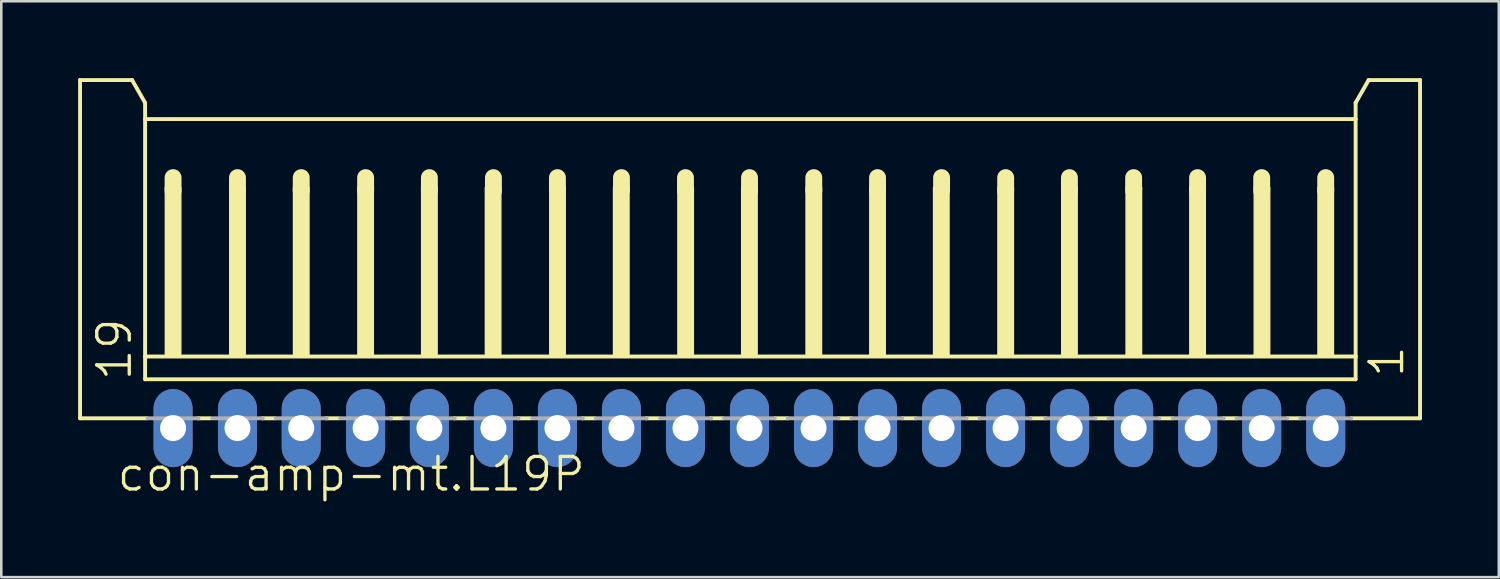
<source format=kicad_pcb>
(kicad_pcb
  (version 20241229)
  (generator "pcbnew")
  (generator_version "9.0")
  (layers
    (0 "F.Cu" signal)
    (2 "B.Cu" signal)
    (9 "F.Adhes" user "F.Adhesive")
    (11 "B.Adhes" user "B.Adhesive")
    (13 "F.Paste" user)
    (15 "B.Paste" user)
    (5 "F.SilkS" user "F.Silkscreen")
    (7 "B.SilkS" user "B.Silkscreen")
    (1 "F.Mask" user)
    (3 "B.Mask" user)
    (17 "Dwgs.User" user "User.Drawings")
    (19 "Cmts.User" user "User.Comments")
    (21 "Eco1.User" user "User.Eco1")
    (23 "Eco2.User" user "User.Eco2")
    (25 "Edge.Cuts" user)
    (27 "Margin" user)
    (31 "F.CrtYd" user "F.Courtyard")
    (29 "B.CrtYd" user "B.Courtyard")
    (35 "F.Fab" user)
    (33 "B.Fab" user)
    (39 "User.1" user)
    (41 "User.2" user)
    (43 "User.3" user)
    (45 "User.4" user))
  (footprint "con-amp-mt.L19P"
    (layer "F.Cu")
    (at 27.467 7.415)
    (property "Reference" "con-amp-mt.L19P" (at -26.019 8.79 0) (layer "F.SilkS") (effects (font (size 1.27 1.27) (thickness 0.13)) (justify left bottom)))
    (attr through_hole)
    (fp_line (start -27.391 -7.339) (end -25.359 -7.339) (stroke (width 0.152) (type default)) (layer "F.SilkS"))
    (fp_line (start -27.391 5.869) (end -27.391 -7.339) (stroke (width 0.152) (type default)) (layer "F.SilkS"))
    (fp_line (start -25.359 -7.339) (end -24.851 -6.45) (stroke (width 0.152) (type default)) (layer "F.SilkS"))
    (fp_line (start -24.851 -6.45) (end -24.851 -5.815) (stroke (width 0.152) (type default)) (layer "F.SilkS"))
    (fp_line (start -24.851 -5.815) (end -24.851 3.456) (stroke (width 0.152) (type default)) (layer "F.SilkS"))
    (fp_line (start -24.851 3.456) (end -24.851 4.345) (stroke (width 0.152) (type default)) (layer "F.SilkS"))
    (fp_line (start -24.775 5.869) (end -27.391 5.869) (stroke (width 0.152) (type default)) (layer "F.SilkS"))
    (fp_line (start -23.759 -3.529) (end -23.759 -3.021) (stroke (width 0.66) (type default)) (layer "F.SilkS"))
    (fp_line (start -22.286 5.869) (end -22.794 5.869) (stroke (width 0.152) (type default)) (layer "F.SilkS"))
    (fp_line (start -21.244 -3.529) (end -21.244 -3.021) (stroke (width 0.66) (type default)) (layer "F.SilkS"))
    (fp_line (start -19.771 5.869) (end -20.279 5.869) (stroke (width 0.152) (type default)) (layer "F.SilkS"))
    (fp_line (start -18.755 -3.529) (end -18.755 -3.021) (stroke (width 0.66) (type default)) (layer "F.SilkS"))
    (fp_line (start -17.282 5.869) (end -17.79 5.869) (stroke (width 0.152) (type default)) (layer "F.SilkS"))
    (fp_line (start -16.24 -3.529) (end -16.24 -3.021) (stroke (width 0.66) (type default)) (layer "F.SilkS"))
    (fp_line (start -14.767 5.869) (end -15.275 5.869) (stroke (width 0.152) (type default)) (layer "F.SilkS"))
    (fp_line (start -13.75 -3.529) (end -13.75 -3.021) (stroke (width 0.66) (type default)) (layer "F.SilkS"))
    (fp_line (start -12.278 5.869) (end -12.786 5.869) (stroke (width 0.152) (type default)) (layer "F.SilkS"))
    (fp_line (start -11.25 -3.529) (end -11.25 -3.021) (stroke (width 0.66) (type default)) (layer "F.SilkS"))
    (fp_line (start -9.789 5.869) (end -10.297 5.869) (stroke (width 0.152) (type default)) (layer "F.SilkS"))
    (fp_line (start -8.75 -3.529) (end -8.75 -3.021) (stroke (width 0.66) (type default)) (layer "F.SilkS"))
    (fp_line (start -7.274 5.869) (end -7.782 5.869) (stroke (width 0.152) (type default)) (layer "F.SilkS"))
    (fp_line (start -6.25 -3.529) (end -6.25 -3.021) (stroke (width 0.66) (type default)) (layer "F.SilkS"))
    (fp_line (start -4.785 5.869) (end -5.293 5.869) (stroke (width 0.152) (type default)) (layer "F.SilkS"))
    (fp_line (start -3.75 -3.529) (end -3.75 -3.021) (stroke (width 0.66) (type default)) (layer "F.SilkS"))
    (fp_line (start -2.27 5.869) (end -2.778 5.869) (stroke (width 0.152) (type default)) (layer "F.SilkS"))
    (fp_line (start -1.25 -3.529) (end -1.25 -3.021) (stroke (width 0.66) (type default)) (layer "F.SilkS"))
    (fp_line (start 0.244 5.869) (end -0.264 5.869) (stroke (width 0.152) (type default)) (layer "F.SilkS"))
    (fp_line (start 1.26 -3.529) (end 1.26 -3.021) (stroke (width 0.66) (type default)) (layer "F.SilkS"))
    (fp_line (start 2.733 5.869) (end 2.225 5.869) (stroke (width 0.152) (type default)) (layer "F.SilkS"))
    (fp_line (start 3.749 -3.529) (end 3.749 -3.021) (stroke (width 0.66) (type default)) (layer "F.SilkS"))
    (fp_line (start 5.248 5.869) (end 4.715 5.869) (stroke (width 0.152) (type default)) (layer "F.SilkS"))
    (fp_line (start 6.25 -3.529) (end 6.25 -3.021) (stroke (width 0.66) (type default)) (layer "F.SilkS"))
    (fp_line (start 7.737 5.869) (end 7.229 5.869) (stroke (width 0.152) (type default)) (layer "F.SilkS"))
    (fp_line (start 8.753 -3.529) (end 8.753 -3.021) (stroke (width 0.66) (type default)) (layer "F.SilkS"))
    (fp_line (start 10.303 5.869) (end 9.718 5.869) (stroke (width 0.152) (type default)) (layer "F.SilkS"))
    (fp_line (start 11.242 -3.529) (end 11.242 -3.021) (stroke (width 0.66) (type default)) (layer "F.SilkS"))
    (fp_line (start 12.766 5.869) (end 12.258 5.869) (stroke (width 0.152) (type default)) (layer "F.SilkS"))
    (fp_line (start 13.75 -3.529) (end 13.75 -3.021) (stroke (width 0.66) (type default)) (layer "F.SilkS"))
    (fp_line (start 15.281 5.869) (end 14.748 5.869) (stroke (width 0.152) (type default)) (layer "F.SilkS"))
    (fp_line (start 16.246 -3.529) (end 16.246 -3.021) (stroke (width 0.66) (type default)) (layer "F.SilkS"))
    (fp_line (start 17.77 5.869) (end 17.262 5.869) (stroke (width 0.152) (type default)) (layer "F.SilkS"))
    (fp_line (start 18.75 -3.529) (end 18.75 -3.021) (stroke (width 0.66) (type default)) (layer "F.SilkS"))
    (fp_line (start 20.259 5.869) (end 19.751 5.869) (stroke (width 0.152) (type default)) (layer "F.SilkS"))
    (fp_line (start 21.25 -3.529) (end 21.25 -3.021) (stroke (width 0.66) (type default)) (layer "F.SilkS"))
    (fp_line (start 22.418 -6.45) (end 22.418 -5.815) (stroke (width 0.152) (type default)) (layer "F.SilkS"))
    (fp_line (start 22.418 -6.45) (end 22.926 -7.339) (stroke (width 0.152) (type default)) (layer "F.SilkS"))
    (fp_line (start 22.418 -5.815) (end -24.851 -5.815) (stroke (width 0.152) (type default)) (layer "F.SilkS"))
    (fp_line (start 22.418 -5.815) (end 22.418 3.456) (stroke (width 0.152) (type default)) (layer "F.SilkS"))
    (fp_line (start 22.418 3.456) (end -24.851 3.456) (stroke (width 0.152) (type default)) (layer "F.SilkS"))
    (fp_line (start 22.418 3.456) (end 22.418 4.345) (stroke (width 0.152) (type default)) (layer "F.SilkS"))
    (fp_line (start 22.418 4.345) (end -24.851 4.345) (stroke (width 0.152) (type default)) (layer "F.SilkS"))
    (fp_line (start 24.933 -7.339) (end 22.926 -7.339) (stroke (width 0.152) (type default)) (layer "F.SilkS"))
    (fp_line (start 24.933 5.869) (end 22.241 5.869) (stroke (width 0.152) (type default)) (layer "F.SilkS"))
    (fp_line (start 24.933 5.869) (end 24.933 -7.339) (stroke (width 0.152) (type default)) (layer "F.SilkS"))
    (fp_rect (start -24.064 3.456) (end -23.454 -3.148) (stroke (width 0.05) (type default)) (fill yes) (layer "F.SilkS"))
    (fp_rect (start -21.549 3.456) (end -20.939 -3.148) (stroke (width 0.05) (type default)) (fill yes) (layer "F.SilkS"))
    (fp_rect (start -19.06 3.456) (end -18.45 -3.148) (stroke (width 0.05) (type default)) (fill yes) (layer "F.SilkS"))
    (fp_rect (start -16.545 3.456) (end -15.936 -3.148) (stroke (width 0.05) (type default)) (fill yes) (layer "F.SilkS"))
    (fp_rect (start -14.056 3.456) (end -13.446 -3.148) (stroke (width 0.05) (type default)) (fill yes) (layer "F.SilkS"))
    (fp_rect (start -11.567 3.456) (end -10.957 -3.148) (stroke (width 0.05) (type default)) (fill yes) (layer "F.SilkS"))
    (fp_rect (start -9.052 3.456) (end -8.443 -3.148) (stroke (width 0.05) (type default)) (fill yes) (layer "F.SilkS"))
    (fp_rect (start -6.563 3.456) (end -5.953 -3.148) (stroke (width 0.05) (type default)) (fill yes) (layer "F.SilkS"))
    (fp_rect (start -4.048 3.456) (end -3.439 -3.148) (stroke (width 0.05) (type default)) (fill yes) (layer "F.SilkS"))
    (fp_rect (start -1.559 3.456) (end -0.95 -3.148) (stroke (width 0.05) (type default)) (fill yes) (layer "F.SilkS"))
    (fp_rect (start 0.955 3.456) (end 1.565 -3.148) (stroke (width 0.05) (type default)) (fill yes) (layer "F.SilkS"))
    (fp_rect (start 3.445 3.456) (end 4.054 -3.148) (stroke (width 0.05) (type default)) (fill yes) (layer "F.SilkS"))
    (fp_rect (start 5.934 3.456) (end 6.543 -3.148) (stroke (width 0.05) (type default)) (fill yes) (layer "F.SilkS"))
    (fp_rect (start 8.448 3.456) (end 9.058 -3.148) (stroke (width 0.05) (type default)) (fill yes) (layer "F.SilkS"))
    (fp_rect (start 10.938 3.456) (end 11.547 -3.148) (stroke (width 0.05) (type default)) (fill yes) (layer "F.SilkS"))
    (fp_rect (start 13.452 3.456) (end 14.062 -3.148) (stroke (width 0.05) (type default)) (fill yes) (layer "F.SilkS"))
    (fp_rect (start 15.941 3.456) (end 16.551 -3.148) (stroke (width 0.05) (type default)) (fill yes) (layer "F.SilkS"))
    (fp_rect (start 18.456 3.456) (end 19.066 -3.148) (stroke (width 0.05) (type default)) (fill yes) (layer "F.SilkS"))
    (fp_rect (start 20.945 3.456) (end 21.555 -3.148) (stroke (width 0.05) (type default)) (fill yes) (layer "F.SilkS"))
    (fp_line (start -24.749 5.869) (end -22.768 5.869) (stroke (width 0.152) (type default)) (layer "F.Fab"))
    (fp_line (start -22.235 5.869) (end -20.254 5.869) (stroke (width 0.152) (type default)) (layer "F.Fab"))
    (fp_line (start -19.746 5.869) (end -17.764 5.869) (stroke (width 0.152) (type default)) (layer "F.Fab"))
    (fp_line (start -17.231 5.869) (end -15.25 5.869) (stroke (width 0.152) (type default)) (layer "F.Fab"))
    (fp_line (start -14.742 5.869) (end -12.761 5.869) (stroke (width 0.152) (type default)) (layer "F.Fab"))
    (fp_line (start -12.253 5.869) (end -10.271 5.869) (stroke (width 0.152) (type default)) (layer "F.Fab"))
    (fp_line (start -9.738 5.869) (end -7.757 5.869) (stroke (width 0.152) (type default)) (layer "F.Fab"))
    (fp_line (start -7.249 5.869) (end -5.268 5.869) (stroke (width 0.152) (type default)) (layer "F.Fab"))
    (fp_line (start -4.734 5.869) (end -2.753 5.869) (stroke (width 0.152) (type default)) (layer "F.Fab"))
    (fp_line (start -2.245 5.869) (end -0.264 5.869) (stroke (width 0.152) (type default)) (layer "F.Fab"))
    (fp_line (start 0.244 5.869) (end 2.225 5.869) (stroke (width 0.152) (type default)) (layer "F.Fab"))
    (fp_line (start 2.733 5.869) (end 4.715 5.869) (stroke (width 0.152) (type default)) (layer "F.Fab"))
    (fp_line (start 5.248 5.869) (end 7.229 5.869) (stroke (width 0.152) (type default)) (layer "F.Fab"))
    (fp_line (start 7.737 5.869) (end 9.718 5.869) (stroke (width 0.152) (type default)) (layer "F.Fab"))
    (fp_line (start 10.303 5.869) (end 12.258 5.869) (stroke (width 0.152) (type default)) (layer "F.Fab"))
    (fp_line (start 12.766 5.869) (end 14.748 5.869) (stroke (width 0.152) (type default)) (layer "F.Fab"))
    (fp_line (start 15.281 5.869) (end 17.262 5.869) (stroke (width 0.152) (type default)) (layer "F.Fab"))
    (fp_line (start 17.77 5.869) (end 19.751 5.869) (stroke (width 0.152) (type default)) (layer "F.Fab"))
    (fp_line (start 20.259 5.869) (end 22.241 5.869) (stroke (width 0.152) (type default)) (layer "F.Fab"))
    (fp_rect (start -24.064 6.504) (end -23.454 5.869) (stroke (width 0.05) (type default)) (fill no) (layer "F.Fab"))
    (fp_rect (start -21.549 6.504) (end -20.939 5.869) (stroke (width 0.05) (type default)) (fill no) (layer "F.Fab"))
    (fp_rect (start -19.06 6.504) (end -18.45 5.869) (stroke (width 0.05) (type default)) (fill no) (layer "F.Fab"))
    (fp_rect (start -16.545 6.504) (end -15.936 5.869) (stroke (width 0.05) (type default)) (fill no) (layer "F.Fab"))
    (fp_rect (start -14.056 6.504) (end -13.446 5.869) (stroke (width 0.05) (type default)) (fill no) (layer "F.Fab"))
    (fp_rect (start -11.567 6.504) (end -10.957 5.869) (stroke (width 0.05) (type default)) (fill no) (layer "F.Fab"))
    (fp_rect (start -9.052 6.504) (end -8.443 5.869) (stroke (width 0.05) (type default)) (fill no) (layer "F.Fab"))
    (fp_rect (start -6.563 6.504) (end -5.953 5.869) (stroke (width 0.05) (type default)) (fill no) (layer "F.Fab"))
    (fp_rect (start -4.048 6.504) (end -3.439 5.869) (stroke (width 0.05) (type default)) (fill no) (layer "F.Fab"))
    (fp_rect (start -1.559 6.504) (end -0.95 5.869) (stroke (width 0.05) (type default)) (fill no) (layer "F.Fab"))
    (fp_rect (start 0.955 6.504) (end 1.565 5.869) (stroke (width 0.05) (type default)) (fill no) (layer "F.Fab"))
    (fp_rect (start 3.445 6.504) (end 4.054 5.869) (stroke (width 0.05) (type default)) (fill no) (layer "F.Fab"))
    (fp_rect (start 5.934 6.504) (end 6.543 5.869) (stroke (width 0.05) (type default)) (fill no) (layer "F.Fab"))
    (fp_rect (start 8.448 6.504) (end 9.058 5.869) (stroke (width 0.05) (type default)) (fill no) (layer "F.Fab"))
    (fp_rect (start 10.938 6.504) (end 11.547 5.869) (stroke (width 0.05) (type default)) (fill no) (layer "F.Fab"))
    (fp_rect (start 13.452 6.504) (end 14.062 5.869) (stroke (width 0.05) (type default)) (fill no) (layer "F.Fab"))
    (fp_rect (start 15.941 6.504) (end 16.551 5.869) (stroke (width 0.05) (type default)) (fill no) (layer "F.Fab"))
    (fp_rect (start 18.456 6.504) (end 19.066 5.869) (stroke (width 0.05) (type default)) (fill no) (layer "F.Fab"))
    (fp_rect (start 20.945 6.504) (end 21.555 5.869) (stroke (width 0.05) (type default)) (fill no) (layer "F.Fab"))
    (fp_text user "19" (at -25.308 4.472 90) (layer "F.SilkS") (effects (font (size 1.27 1.27) (thickness 0.13)) (justify left bottom)))
    (fp_text user "1" (at 24.374 4.345 90) (layer "F.SilkS") (effects (font (size 1.27 1.27) (thickness 0.13)) (justify left bottom)))
    (pad "1" thru_hole oval (at 21.25 6.25 90) (size 3.048 1.524) (drill 1.016) (layers "*.Cu" "*.Mask"))
    (pad "2" thru_hole oval (at 18.75 6.25 90) (size 3.048 1.524) (drill 1.016) (layers "*.Cu" "*.Mask"))
    (pad "3" thru_hole oval (at 16.25 6.25 90) (size 3.048 1.524) (drill 1.016) (layers "*.Cu" "*.Mask"))
    (pad "4" thru_hole oval (at 13.75 6.25 90) (size 3.048 1.524) (drill 1.016) (layers "*.Cu" "*.Mask"))
    (pad "5" thru_hole oval (at 11.25 6.25 90) (size 3.048 1.524) (drill 1.016) (layers "*.Cu" "*.Mask"))
    (pad "6" thru_hole oval (at 8.75 6.25 90) (size 3.048 1.524) (drill 1.016) (layers "*.Cu" "*.Mask"))
    (pad "7" thru_hole oval (at 6.25 6.25 90) (size 3.048 1.524) (drill 1.016) (layers "*.Cu" "*.Mask"))
    (pad "8" thru_hole oval (at 3.75 6.25 90) (size 3.048 1.524) (drill 1.016) (layers "*.Cu" "*.Mask"))
    (pad "9" thru_hole oval (at 1.25 6.25 90) (size 3.048 1.524) (drill 1.016) (layers "*.Cu" "*.Mask"))
    (pad "10" thru_hole oval (at -1.25 6.25 90) (size 3.048 1.524) (drill 1.016) (layers "*.Cu" "*.Mask"))
    (pad "11" thru_hole oval (at -3.75 6.25 90) (size 3.048 1.524) (drill 1.016) (layers "*.Cu" "*.Mask"))
    (pad "12" thru_hole oval (at -6.25 6.25 90) (size 3.048 1.524) (drill 1.016) (layers "*.Cu" "*.Mask"))
    (pad "13" thru_hole oval (at -8.75 6.25 90) (size 3.048 1.524) (drill 1.016) (layers "*.Cu" "*.Mask"))
    (pad "14" thru_hole oval (at -11.25 6.25 90) (size 3.048 1.524) (drill 1.016) (layers "*.Cu" "*.Mask"))
    (pad "15" thru_hole oval (at -13.75 6.25 90) (size 3.048 1.524) (drill 1.016) (layers "*.Cu" "*.Mask"))
    (pad "16" thru_hole oval (at -16.24 6.25 90) (size 3.048 1.524) (drill 1.016) (layers "*.Cu" "*.Mask"))
    (pad "17" thru_hole oval (at -18.755 6.25 90) (size 3.048 1.524) (drill 1.016) (layers "*.Cu" "*.Mask"))
    (pad "18" thru_hole oval (at -21.244 6.25 90) (size 3.048 1.524) (drill 1.016) (layers "*.Cu" "*.Mask"))
    (pad "19" thru_hole oval (at -23.759 6.25 90) (size 3.048 1.524) (drill 1.016) (layers "*.Cu" "*.Mask")))
  (gr_rect
    (start -3 -3)
    (end 55.476 19.487)
    (stroke (width 0.1) (type default))
    (fill no)
    (layer "Edge.Cuts")))
</source>
